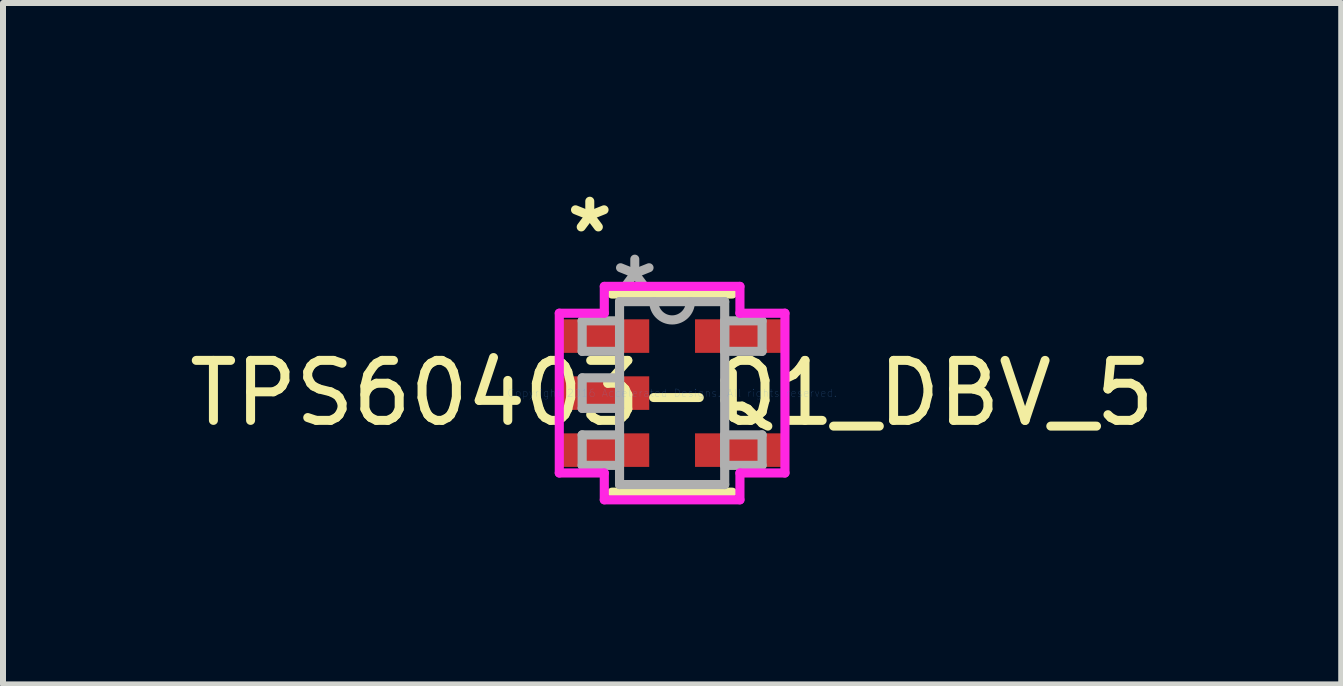
<source format=kicad_pcb>
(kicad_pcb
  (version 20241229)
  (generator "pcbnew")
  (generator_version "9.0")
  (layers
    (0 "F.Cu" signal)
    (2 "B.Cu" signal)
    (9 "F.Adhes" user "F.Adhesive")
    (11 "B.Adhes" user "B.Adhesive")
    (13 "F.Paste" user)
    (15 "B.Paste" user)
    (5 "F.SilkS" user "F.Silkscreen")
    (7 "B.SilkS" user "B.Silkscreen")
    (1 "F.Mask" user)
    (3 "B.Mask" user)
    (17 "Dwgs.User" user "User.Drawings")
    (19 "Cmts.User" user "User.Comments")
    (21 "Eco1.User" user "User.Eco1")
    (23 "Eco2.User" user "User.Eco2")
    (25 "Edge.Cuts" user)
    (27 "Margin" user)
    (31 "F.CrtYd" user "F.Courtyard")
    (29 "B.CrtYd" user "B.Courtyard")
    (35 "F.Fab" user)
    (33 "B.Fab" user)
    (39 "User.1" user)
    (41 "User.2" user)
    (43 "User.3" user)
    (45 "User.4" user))
  (footprint "TPS60403-Q1_DBV_5"
    (layer "F.Cu")
    (at 8.149 3.5)
    (property "Reference" "TPS60403-Q1_DBV_5" (at 0 0 0) (layer "F.SilkS") (effects (font (size 1 1) (thickness 0.15))))
    (attr through_hole)
    (fp_line (start -1.003 1.651) (end 1.003 1.651) (stroke (width 0.152) (type solid)) (layer "F.SilkS"))
    (fp_line (start 1.003 -1.651) (end -1.003 -1.651) (stroke (width 0.152) (type solid)) (layer "F.SilkS"))
    (fp_line (start 1.003 0.338) (end 1.003 -0.338) (stroke (width 0.152) (type solid)) (layer "F.SilkS"))
    (fp_line (start -1.88 -1.331) (end -1.13 -1.331) (stroke (width 0.152) (type solid)) (layer "F.CrtYd"))
    (fp_line (start -1.88 1.331) (end -1.88 -1.331) (stroke (width 0.152) (type solid)) (layer "F.CrtYd"))
    (fp_line (start -1.13 -1.778) (end 1.13 -1.778) (stroke (width 0.152) (type solid)) (layer "F.CrtYd"))
    (fp_line (start -1.13 -1.331) (end -1.13 -1.778) (stroke (width 0.152) (type solid)) (layer "F.CrtYd"))
    (fp_line (start -1.13 1.331) (end -1.88 1.331) (stroke (width 0.152) (type solid)) (layer "F.CrtYd"))
    (fp_line (start -1.13 1.778) (end -1.13 1.331) (stroke (width 0.152) (type solid)) (layer "F.CrtYd"))
    (fp_line (start 1.13 -1.778) (end 1.13 -1.331) (stroke (width 0.152) (type solid)) (layer "F.CrtYd"))
    (fp_line (start 1.13 -1.331) (end 1.88 -1.331) (stroke (width 0.152) (type solid)) (layer "F.CrtYd"))
    (fp_line (start 1.13 1.331) (end 1.13 1.778) (stroke (width 0.152) (type solid)) (layer "F.CrtYd"))
    (fp_line (start 1.13 1.778) (end -1.13 1.778) (stroke (width 0.152) (type solid)) (layer "F.CrtYd"))
    (fp_line (start 1.88 -1.331) (end 1.88 1.331) (stroke (width 0.152) (type solid)) (layer "F.CrtYd"))
    (fp_line (start 1.88 1.331) (end 1.13 1.331) (stroke (width 0.152) (type solid)) (layer "F.CrtYd"))
    (fp_line (start -1.499 -1.204) (end -1.499 -0.696) (stroke (width 0.152) (type solid)) (layer "F.Fab"))
    (fp_line (start -1.499 -0.696) (end -0.876 -0.696) (stroke (width 0.152) (type solid)) (layer "F.Fab"))
    (fp_line (start -1.499 -0.254) (end -1.499 0.254) (stroke (width 0.152) (type solid)) (layer "F.Fab"))
    (fp_line (start -1.499 0.254) (end -0.876 0.254) (stroke (width 0.152) (type solid)) (layer "F.Fab"))
    (fp_line (start -1.499 0.696) (end -1.499 1.204) (stroke (width 0.152) (type solid)) (layer "F.Fab"))
    (fp_line (start -1.499 1.204) (end -0.876 1.204) (stroke (width 0.152) (type solid)) (layer "F.Fab"))
    (fp_line (start -0.876 -1.524) (end -0.876 1.524) (stroke (width 0.152) (type solid)) (layer "F.Fab"))
    (fp_line (start -0.876 -1.204) (end -1.499 -1.204) (stroke (width 0.152) (type solid)) (layer "F.Fab"))
    (fp_line (start -0.876 -0.696) (end -0.876 -1.204) (stroke (width 0.152) (type solid)) (layer "F.Fab"))
    (fp_line (start -0.876 -0.254) (end -1.499 -0.254) (stroke (width 0.152) (type solid)) (layer "F.Fab"))
    (fp_line (start -0.876 0.254) (end -0.876 -0.254) (stroke (width 0.152) (type solid)) (layer "F.Fab"))
    (fp_line (start -0.876 0.696) (end -1.499 0.696) (stroke (width 0.152) (type solid)) (layer "F.Fab"))
    (fp_line (start -0.876 1.204) (end -0.876 0.696) (stroke (width 0.152) (type solid)) (layer "F.Fab"))
    (fp_line (start -0.876 1.524) (end 0.876 1.524) (stroke (width 0.152) (type solid)) (layer "F.Fab"))
    (fp_line (start 0.876 -1.524) (end -0.876 -1.524) (stroke (width 0.152) (type solid)) (layer "F.Fab"))
    (fp_line (start 0.876 -1.204) (end 0.876 -0.696) (stroke (width 0.152) (type solid)) (layer "F.Fab"))
    (fp_line (start 0.876 -0.696) (end 1.499 -0.696) (stroke (width 0.152) (type solid)) (layer "F.Fab"))
    (fp_line (start 0.876 0.696) (end 0.876 1.204) (stroke (width 0.152) (type solid)) (layer "F.Fab"))
    (fp_line (start 0.876 1.204) (end 1.499 1.204) (stroke (width 0.152) (type solid)) (layer "F.Fab"))
    (fp_line (start 0.876 1.524) (end 0.876 -1.524) (stroke (width 0.152) (type solid)) (layer "F.Fab"))
    (fp_line (start 1.499 -1.204) (end 0.876 -1.204) (stroke (width 0.152) (type solid)) (layer "F.Fab"))
    (fp_line (start 1.499 -0.696) (end 1.499 -1.204) (stroke (width 0.152) (type solid)) (layer "F.Fab"))
    (fp_line (start 1.499 0.696) (end 0.876 0.696) (stroke (width 0.152) (type solid)) (layer "F.Fab"))
    (fp_line (start 1.499 1.204) (end 1.499 0.696) (stroke (width 0.152) (type solid)) (layer "F.Fab"))
    (fp_arc (start 0.3048 -1.524) (mid 0 -1.2192) (end -0.3048 -1.524) (stroke (width 0.1524) (type solid)) (layer "F.Fab"))
    (fp_text user "*" (at -1.372 -2.652 0) (layer "F.SilkS") (effects (font (size 1 1) (thickness 0.15))))
    (fp_text user "Copyright 2016 Accelerated Designs. All rights reserved." (at 0 0 0) (layer "Cmts.User") (effects (font (size 0.127 0.127) (thickness 0.002))))
    (fp_text user "*" (at -0.622 -1.687 0) (layer "F.Fab") (effects (font (size 1 1) (thickness 0.15))))
    (pad "1" smd rect (at -1.118 -0.95) (size 1.473 0.559) (layers "F.Cu" "F.Mask" "F.Paste"))
    (pad "2" smd rect (at -1.118 0) (size 1.473 0.559) (layers "F.Cu" "F.Mask" "F.Paste"))
    (pad "3" smd rect (at -1.118 0.95) (size 1.473 0.559) (layers "F.Cu" "F.Mask" "F.Paste"))
    (pad "4" smd rect (at 1.118 0.95) (size 1.473 0.559) (layers "F.Cu" "F.Mask" "F.Paste"))
    (pad "5" smd rect (at 1.118 -0.95) (size 1.473 0.559) (layers "F.Cu" "F.Mask" "F.Paste")))
  (gr_rect
    (start -3 -3)
    (end 19.298 8.354)
    (stroke (width 0.1) (type default))
    (fill no)
    (layer "Edge.Cuts")))
</source>
